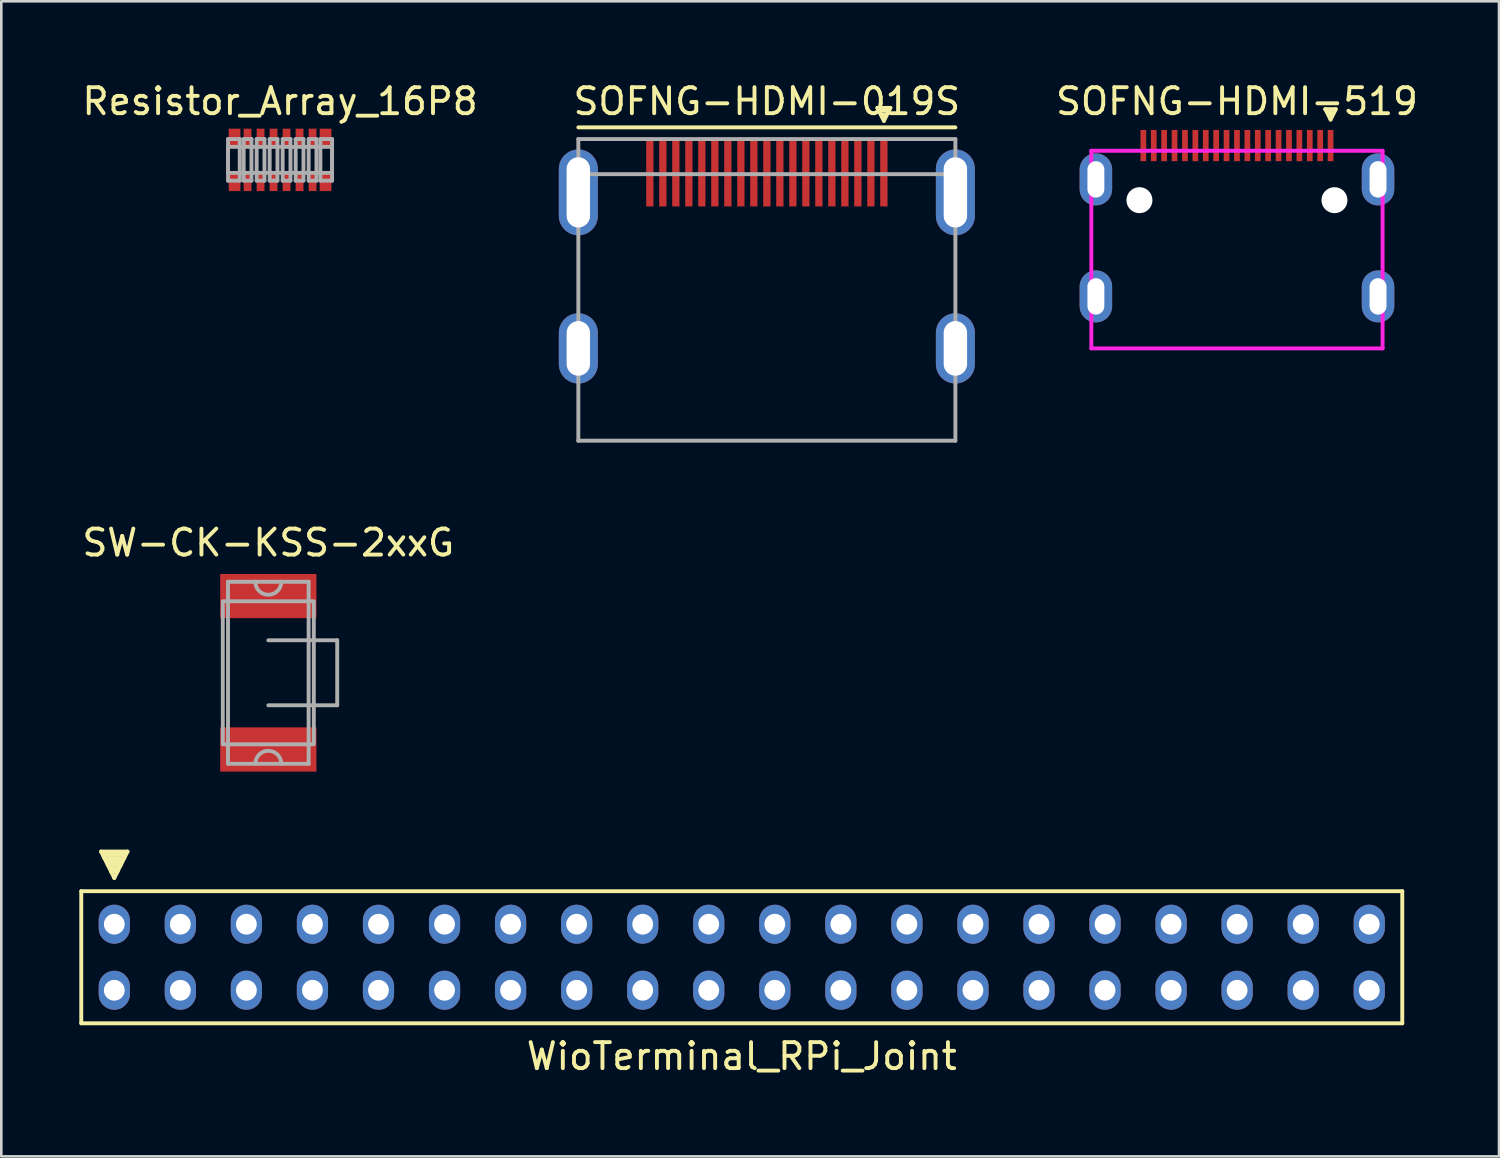
<source format=kicad_pcb>
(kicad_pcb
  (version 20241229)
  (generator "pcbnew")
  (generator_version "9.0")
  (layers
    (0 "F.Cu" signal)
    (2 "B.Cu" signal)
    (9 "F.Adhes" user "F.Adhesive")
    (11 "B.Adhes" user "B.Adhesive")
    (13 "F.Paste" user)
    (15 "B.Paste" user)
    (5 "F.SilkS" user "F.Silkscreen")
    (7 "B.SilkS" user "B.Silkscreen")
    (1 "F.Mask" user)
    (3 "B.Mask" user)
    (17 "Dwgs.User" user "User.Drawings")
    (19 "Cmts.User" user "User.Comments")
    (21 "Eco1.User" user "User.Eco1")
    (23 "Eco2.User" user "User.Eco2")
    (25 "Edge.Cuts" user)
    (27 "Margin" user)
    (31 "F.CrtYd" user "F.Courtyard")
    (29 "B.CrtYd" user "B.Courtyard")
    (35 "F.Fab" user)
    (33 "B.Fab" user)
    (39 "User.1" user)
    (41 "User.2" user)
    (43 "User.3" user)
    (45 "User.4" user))
  (footprint "WioTerminal_RPi_Joint"
    (layer "F.Cu")
    (at 25.475 33.761)
    (property "Reference" "WioTerminal_RPi_Joint" (at 0 3.81 0) (layer "F.SilkS") (effects (font (size 1 1) (thickness 0.15))))
    (attr through_hole)
    (fp_line (start -25.4 -2.54) (end 25.4 -2.54) (stroke (width 0.15) (type solid)) (layer "F.SilkS"))
    (fp_line (start -25.4 2.54) (end -25.4 -2.54) (stroke (width 0.15) (type solid)) (layer "F.SilkS"))
    (fp_line (start -24.638 -4.064) (end -24.13 -3.048) (stroke (width 0.15) (type solid)) (layer "F.SilkS"))
    (fp_line (start -24.511 -3.81) (end -23.749 -3.81) (stroke (width 0.15) (type solid)) (layer "F.SilkS"))
    (fp_line (start -24.384 -3.556) (end -23.876 -3.556) (stroke (width 0.15) (type solid)) (layer "F.SilkS"))
    (fp_line (start -24.257 -3.302) (end -24.003 -3.302) (stroke (width 0.15) (type solid)) (layer "F.SilkS"))
    (fp_line (start -24.13 -3.048) (end -23.622 -4.064) (stroke (width 0.15) (type solid)) (layer "F.SilkS"))
    (fp_line (start -24.003 -3.429) (end -24.257 -3.429) (stroke (width 0.15) (type solid)) (layer "F.SilkS"))
    (fp_line (start -23.876 -3.683) (end -24.384 -3.683) (stroke (width 0.15) (type solid)) (layer "F.SilkS"))
    (fp_line (start -23.749 -3.937) (end -24.511 -3.937) (stroke (width 0.15) (type solid)) (layer "F.SilkS"))
    (fp_line (start -23.622 -4.064) (end -24.638 -4.064) (stroke (width 0.15) (type solid)) (layer "F.SilkS"))
    (fp_line (start 25.4 -2.54) (end 25.4 2.54) (stroke (width 0.15) (type solid)) (layer "F.SilkS"))
    (fp_line (start 25.4 2.54) (end -25.4 2.54) (stroke (width 0.15) (type solid)) (layer "F.SilkS"))
    (pad "1" thru_hole oval (at -24.13 -1.27) (size 1.2 1.5) (drill 0.8) (layers "*.Cu" "*.Mask"))
    (pad "2" thru_hole oval (at -24.13 1.27) (size 1.2 1.5) (drill 0.8) (layers "*.Cu" "*.Mask"))
    (pad "3" thru_hole oval (at -21.59 -1.27) (size 1.2 1.5) (drill 0.8) (layers "*.Cu" "*.Mask"))
    (pad "4" thru_hole oval (at -21.59 1.27) (size 1.2 1.5) (drill 0.8) (layers "*.Cu" "*.Mask"))
    (pad "5" thru_hole oval (at -19.05 -1.27) (size 1.2 1.5) (drill 0.8) (layers "*.Cu" "*.Mask"))
    (pad "6" thru_hole oval (at -19.05 1.27) (size 1.2 1.5) (drill 0.8) (layers "*.Cu" "*.Mask"))
    (pad "7" thru_hole oval (at -16.51 -1.27) (size 1.2 1.5) (drill 0.8) (layers "*.Cu" "*.Mask"))
    (pad "8" thru_hole oval (at -16.51 1.27) (size 1.2 1.5) (drill 0.8) (layers "*.Cu" "*.Mask"))
    (pad "9" thru_hole oval (at -13.97 -1.27) (size 1.2 1.5) (drill 0.8) (layers "*.Cu" "*.Mask"))
    (pad "10" thru_hole oval (at -13.97 1.27) (size 1.2 1.5) (drill 0.8) (layers "*.Cu" "*.Mask"))
    (pad "11" thru_hole oval (at -11.43 -1.27) (size 1.2 1.5) (drill 0.8) (layers "*.Cu" "*.Mask"))
    (pad "12" thru_hole oval (at -11.43 1.27) (size 1.2 1.5) (drill 0.8) (layers "*.Cu" "*.Mask"))
    (pad "13" thru_hole oval (at -8.89 -1.27) (size 1.2 1.5) (drill 0.8) (layers "*.Cu" "*.Mask"))
    (pad "14" thru_hole oval (at -8.89 1.27) (size 1.2 1.5) (drill 0.8) (layers "*.Cu" "*.Mask"))
    (pad "15" thru_hole oval (at -6.35 -1.27) (size 1.2 1.5) (drill 0.8) (layers "*.Cu" "*.Mask"))
    (pad "16" thru_hole oval (at -6.35 1.27) (size 1.2 1.5) (drill 0.8) (layers "*.Cu" "*.Mask"))
    (pad "17" thru_hole oval (at -3.81 -1.27) (size 1.2 1.5) (drill 0.8) (layers "*.Cu" "*.Mask"))
    (pad "18" thru_hole oval (at -3.81 1.27) (size 1.2 1.5) (drill 0.8) (layers "*.Cu" "*.Mask"))
    (pad "19" thru_hole oval (at -1.27 -1.27) (size 1.2 1.5) (drill 0.8) (layers "*.Cu" "*.Mask"))
    (pad "20" thru_hole oval (at -1.27 1.27) (size 1.2 1.5) (drill 0.8) (layers "*.Cu" "*.Mask"))
    (pad "21" thru_hole oval (at 1.27 -1.27) (size 1.2 1.5) (drill 0.8) (layers "*.Cu" "*.Mask"))
    (pad "22" thru_hole oval (at 1.27 1.27) (size 1.2 1.5) (drill 0.8) (layers "*.Cu" "*.Mask"))
    (pad "23" thru_hole oval (at 3.81 -1.27) (size 1.2 1.5) (drill 0.8) (layers "*.Cu" "*.Mask"))
    (pad "24" thru_hole oval (at 3.81 1.27) (size 1.2 1.5) (drill 0.8) (layers "*.Cu" "*.Mask"))
    (pad "25" thru_hole oval (at 6.35 -1.27) (size 1.2 1.5) (drill 0.8) (layers "*.Cu" "*.Mask"))
    (pad "26" thru_hole oval (at 6.35 1.27) (size 1.2 1.5) (drill 0.8) (layers "*.Cu" "*.Mask"))
    (pad "27" thru_hole oval (at 8.89 -1.27) (size 1.2 1.5) (drill 0.8) (layers "*.Cu" "*.Mask"))
    (pad "28" thru_hole oval (at 8.89 1.27) (size 1.2 1.5) (drill 0.8) (layers "*.Cu" "*.Mask"))
    (pad "29" thru_hole oval (at 11.43 -1.27) (size 1.2 1.5) (drill 0.8) (layers "*.Cu" "*.Mask"))
    (pad "30" thru_hole oval (at 11.43 1.27) (size 1.2 1.5) (drill 0.8) (layers "*.Cu" "*.Mask"))
    (pad "31" thru_hole oval (at 13.97 -1.27) (size 1.2 1.5) (drill 0.8) (layers "*.Cu" "*.Mask"))
    (pad "32" thru_hole oval (at 13.97 1.27) (size 1.2 1.5) (drill 0.8) (layers "*.Cu" "*.Mask"))
    (pad "33" thru_hole oval (at 16.51 -1.27) (size 1.2 1.5) (drill 0.8) (layers "*.Cu" "*.Mask"))
    (pad "34" thru_hole oval (at 16.51 1.27) (size 1.2 1.5) (drill 0.8) (layers "*.Cu" "*.Mask"))
    (pad "35" thru_hole oval (at 19.05 -1.27) (size 1.2 1.5) (drill 0.8) (layers "*.Cu" "*.Mask"))
    (pad "36" thru_hole oval (at 19.05 1.27) (size 1.2 1.5) (drill 0.8) (layers "*.Cu" "*.Mask"))
    (pad "37" thru_hole oval (at 21.59 -1.27) (size 1.2 1.5) (drill 0.8) (layers "*.Cu" "*.Mask"))
    (pad "38" thru_hole oval (at 21.59 1.27) (size 1.2 1.5) (drill 0.8) (layers "*.Cu" "*.Mask"))
    (pad "39" thru_hole oval (at 24.13 -1.27) (size 1.2 1.5) (drill 0.8) (layers "*.Cu" "*.Mask"))
    (pad "40" thru_hole oval (at 24.13 1.27) (size 1.2 1.5) (drill 0.8) (layers "*.Cu" "*.Mask")))
  (footprint "SOFNG-HDMI-519"
    (layer "F.Cu")
    (at 44.518 4.648)
    (property "Reference" "SOFNG-HDMI-519" (at 0 -3.8 0) (layer "F.SilkS") (effects (font (size 1 1) (thickness 0.15))))
    (attr through_hole)
    (fp_line (start 3.4 -3.5) (end 3.5 -3.4) (stroke (width 0.15) (type solid)) (layer "F.SilkS"))
    (fp_line (start 3.4 -3.5) (end 3.8 -3.5) (stroke (width 0.15) (type solid)) (layer "F.SilkS"))
    (fp_line (start 3.5 -3.4) (end 3.6 -3.4) (stroke (width 0.15) (type solid)) (layer "F.SilkS"))
    (fp_line (start 3.6 -3.4) (end 3.6 -3.3) (stroke (width 0.15) (type solid)) (layer "F.SilkS"))
    (fp_line (start 3.6 -3.1) (end 3.4 -3.5) (stroke (width 0.15) (type solid)) (layer "F.SilkS"))
    (fp_line (start 3.8 -3.5) (end 3.6 -3.1) (stroke (width 0.15) (type solid)) (layer "F.SilkS"))
    (fp_line (start -5.6 -1.9) (end 5.6 -1.9) (stroke (width 0.15) (type solid)) (layer "F.CrtYd"))
    (fp_line (start -5.6 0) (end -5.6 -1.9) (stroke (width 0.15) (type solid)) (layer "F.CrtYd"))
    (fp_line (start -5.6 0) (end -5.6 5.7) (stroke (width 0.15) (type solid)) (layer "F.CrtYd"))
    (fp_line (start -5.6 5.7) (end 5.6 5.7) (stroke (width 0.15) (type solid)) (layer "F.CrtYd"))
    (fp_line (start 5.6 0) (end 5.6 -1.9) (stroke (width 0.15) (type solid)) (layer "F.CrtYd"))
    (fp_line (start 5.6 0) (end 5.6 5.7) (stroke (width 0.15) (type solid)) (layer "F.CrtYd"))
    (pad "" np_thru_hole circle (at -3.75 0) (size 1 1) (drill 1) (layers "*.Cu" "*.Mask"))
    (pad "" np_thru_hole circle (at 3.75 0) (size 1 1) (drill 1) (layers "*.Cu" "*.Mask"))
    (pad "1" smd rect (at 3.6 -2.1) (size 0.22 1.2) (layers "F.Cu" "F.Mask" "F.Paste"))
    (pad "2" smd rect (at 3.2 -2.1) (size 0.22 1.2) (layers "F.Cu" "F.Mask" "F.Paste"))
    (pad "3" smd rect (at 2.8 -2.1) (size 0.22 1.2) (layers "F.Cu" "F.Mask" "F.Paste"))
    (pad "4" smd rect (at 2.4 -2.1) (size 0.22 1.2) (layers "F.Cu" "F.Mask" "F.Paste"))
    (pad "5" smd rect (at 2 -2.1) (size 0.22 1.2) (layers "F.Cu" "F.Mask" "F.Paste"))
    (pad "6" smd rect (at 1.6 -2.1) (size 0.22 1.2) (layers "F.Cu" "F.Mask" "F.Paste"))
    (pad "7" smd rect (at 1.2 -2.1) (size 0.22 1.2) (layers "F.Cu" "F.Mask" "F.Paste"))
    (pad "8" smd rect (at 0.8 -2.1) (size 0.22 1.2) (layers "F.Cu" "F.Mask" "F.Paste"))
    (pad "9" smd rect (at 0.4 -2.1) (size 0.22 1.2) (layers "F.Cu" "F.Mask" "F.Paste"))
    (pad "10" smd rect (at 0 -2.1) (size 0.22 1.2) (layers "F.Cu" "F.Mask" "F.Paste"))
    (pad "11" smd rect (at -0.4 -2.1) (size 0.22 1.2) (layers "F.Cu" "F.Mask" "F.Paste"))
    (pad "12" smd rect (at -0.8 -2.1) (size 0.22 1.2) (layers "F.Cu" "F.Mask" "F.Paste"))
    (pad "13" smd rect (at -1.2 -2.1) (size 0.22 1.2) (layers "F.Cu" "F.Mask" "F.Paste"))
    (pad "14" smd rect (at -1.6 -2.1) (size 0.22 1.2) (layers "F.Cu" "F.Mask" "F.Paste"))
    (pad "15" smd rect (at -2 -2.1) (size 0.22 1.2) (layers "F.Cu" "F.Mask" "F.Paste"))
    (pad "16" smd rect (at -2.4 -2.1) (size 0.22 1.2) (layers "F.Cu" "F.Mask" "F.Paste"))
    (pad "17" smd rect (at -2.8 -2.1) (size 0.22 1.2) (layers "F.Cu" "F.Mask" "F.Paste"))
    (pad "18" smd rect (at -3.2 -2.1) (size 0.22 1.2) (layers "F.Cu" "F.Mask" "F.Paste"))
    (pad "19" smd rect (at -3.6 -2.1) (size 0.22 1.2) (layers "F.Cu" "F.Mask" "F.Paste"))
    (pad "SH" thru_hole oval (at -5.425 -0.8) (size 1.25 2) (drill oval 0.65 1.4) (layers "*.Cu" "*.Mask"))
    (pad "SH" thru_hole oval (at -5.425 3.7) (size 1.25 2) (drill oval 0.65 1.4) (layers "*.Cu" "*.Mask"))
    (pad "SH" thru_hole oval (at 5.425 -0.8) (size 1.25 2) (drill oval 0.65 1.4) (layers "*.Cu" "*.Mask"))
    (pad "SH" thru_hole oval (at 5.425 3.7) (size 1.25 2) (drill oval 0.65 1.4) (layers "*.Cu" "*.Mask")))
  (footprint "Resistor_Array_16P8"
    (layer "F.Cu")
    (at 7.72 3.098)
    (property "Reference" "Resistor_Array_16P8" (at 0 -2.25 0) (layer "F.SilkS") (effects (font (size 1 1) (thickness 0.15))))
    (attr through_hole)
    (fp_line (start -2 -0.8) (end -1.55 -0.8) (stroke (width 0.15) (type solid)) (layer "F.Fab"))
    (fp_line (start -2 0.8) (end -2 -0.8) (stroke (width 0.15) (type solid)) (layer "F.Fab"))
    (fp_line (start -1.55 0.8) (end -2 0.8) (stroke (width 0.15) (type solid)) (layer "F.Fab"))
    (fp_line (start -1.55 0.8) (end -1.55 -0.8) (stroke (width 0.15) (type solid)) (layer "F.Fab"))
    (fp_line (start -1.4 -0.8) (end -1.1 -0.8) (stroke (width 0.15) (type solid)) (layer "F.Fab"))
    (fp_line (start -1.4 0.8) (end -1.4 -0.8) (stroke (width 0.15) (type solid)) (layer "F.Fab"))
    (fp_line (start -1.1 -0.8) (end -1.1 0.8) (stroke (width 0.15) (type solid)) (layer "F.Fab"))
    (fp_line (start -1.1 0.8) (end -1.4 0.8) (stroke (width 0.15) (type solid)) (layer "F.Fab"))
    (fp_line (start -0.9 -0.8) (end -0.6 -0.8) (stroke (width 0.15) (type solid)) (layer "F.Fab"))
    (fp_line (start -0.9 0.8) (end -0.9 -0.8) (stroke (width 0.15) (type solid)) (layer "F.Fab"))
    (fp_line (start -0.6 -0.8) (end -0.6 0.8) (stroke (width 0.15) (type solid)) (layer "F.Fab"))
    (fp_line (start -0.6 0.8) (end -0.9 0.8) (stroke (width 0.15) (type solid)) (layer "F.Fab"))
    (fp_line (start -0.4 -0.8) (end -0.1 -0.8) (stroke (width 0.15) (type solid)) (layer "F.Fab"))
    (fp_line (start -0.4 0.8) (end -0.4 -0.8) (stroke (width 0.15) (type solid)) (layer "F.Fab"))
    (fp_line (start -0.1 -0.8) (end -0.1 0.8) (stroke (width 0.15) (type solid)) (layer "F.Fab"))
    (fp_line (start -0.1 0.8) (end -0.4 0.8) (stroke (width 0.15) (type solid)) (layer "F.Fab"))
    (fp_line (start 0.1 -0.8) (end 0.4 -0.8) (stroke (width 0.15) (type solid)) (layer "F.Fab"))
    (fp_line (start 0.1 0.8) (end 0.1 -0.8) (stroke (width 0.15) (type solid)) (layer "F.Fab"))
    (fp_line (start 0.4 -0.8) (end 0.4 0.8) (stroke (width 0.15) (type solid)) (layer "F.Fab"))
    (fp_line (start 0.4 0.8) (end 0.1 0.8) (stroke (width 0.15) (type solid)) (layer "F.Fab"))
    (fp_line (start 0.6 -0.8) (end 0.9 -0.8) (stroke (width 0.15) (type solid)) (layer "F.Fab"))
    (fp_line (start 0.6 0.8) (end 0.6 -0.8) (stroke (width 0.15) (type solid)) (layer "F.Fab"))
    (fp_line (start 0.9 -0.8) (end 0.9 0.8) (stroke (width 0.15) (type solid)) (layer "F.Fab"))
    (fp_line (start 0.9 0.8) (end 0.6 0.8) (stroke (width 0.15) (type solid)) (layer "F.Fab"))
    (fp_line (start 1.1 -0.8) (end 1.4 -0.8) (stroke (width 0.15) (type solid)) (layer "F.Fab"))
    (fp_line (start 1.1 0.8) (end 1.1 -0.8) (stroke (width 0.15) (type solid)) (layer "F.Fab"))
    (fp_line (start 1.4 -0.8) (end 1.4 0.8) (stroke (width 0.15) (type solid)) (layer "F.Fab"))
    (fp_line (start 1.4 0.8) (end 1.1 0.8) (stroke (width 0.15) (type solid)) (layer "F.Fab"))
    (fp_line (start 1.55 -0.8) (end 1.55 0.8) (stroke (width 0.15) (type solid)) (layer "F.Fab"))
    (fp_line (start 1.55 -0.8) (end 2 -0.8) (stroke (width 0.15) (type solid)) (layer "F.Fab"))
    (fp_line (start 2 -0.8) (end 2 0.8) (stroke (width 0.15) (type solid)) (layer "F.Fab"))
    (fp_line (start 2 0.8) (end 1.55 0.8) (stroke (width 0.15) (type solid)) (layer "F.Fab"))
    (fp_poly (pts (xy -2 -0.5) (xy 2 -0.5) (xy 2 0.5) (xy -2 0.5)) (stroke (width 0.15) (type solid)) (fill no) (layer "F.Fab"))
    (pad "1" smd rect (at -1.75 0.85) (size 0.45 0.7) (layers "F.Cu" "F.Mask" "F.Paste"))
    (pad "2" smd rect (at -1.25 0.85) (size 0.3 0.7) (layers "F.Cu" "F.Mask" "F.Paste"))
    (pad "3" smd rect (at -0.75 0.85) (size 0.3 0.7) (layers "F.Cu" "F.Mask" "F.Paste"))
    (pad "4" smd rect (at -0.25 0.85) (size 0.3 0.7) (layers "F.Cu" "F.Mask" "F.Paste"))
    (pad "5" smd rect (at 0.25 0.85 180) (size 0.3 0.7) (layers "F.Cu" "F.Mask" "F.Paste"))
    (pad "6" smd rect (at 0.75 0.85 180) (size 0.3 0.7) (layers "F.Cu" "F.Mask" "F.Paste"))
    (pad "7" smd rect (at 1.25 0.85 180) (size 0.3 0.7) (layers "F.Cu" "F.Mask" "F.Paste"))
    (pad "8" smd rect (at 1.75 0.85 180) (size 0.45 0.7) (layers "F.Cu" "F.Mask" "F.Paste"))
    (pad "9" smd rect (at 1.75 -0.85 180) (size 0.45 0.7) (layers "F.Cu" "F.Mask" "F.Paste"))
    (pad "10" smd rect (at 1.25 -0.85 180) (size 0.3 0.7) (layers "F.Cu" "F.Mask" "F.Paste"))
    (pad "11" smd rect (at 0.75 -0.85 180) (size 0.3 0.7) (layers "F.Cu" "F.Mask" "F.Paste"))
    (pad "12" smd rect (at 0.25 -0.85 180) (size 0.3 0.7) (layers "F.Cu" "F.Mask" "F.Paste"))
    (pad "13" smd rect (at -0.25 -0.85) (size 0.3 0.7) (layers "F.Cu" "F.Mask" "F.Paste"))
    (pad "14" smd rect (at -0.75 -0.85) (size 0.3 0.7) (layers "F.Cu" "F.Mask" "F.Paste"))
    (pad "15" smd rect (at -1.25 -0.85) (size 0.3 0.7) (layers "F.Cu" "F.Mask" "F.Paste"))
    (pad "16" smd rect (at -1.75 -0.85) (size 0.45 0.7) (layers "F.Cu" "F.Mask" "F.Paste")))
  (footprint "SOFNG-HDMI-019S"
    (layer "F.Cu")
    (at 26.44 4.348)
    (property "Reference" "SOFNG-HDMI-019S" (at 0 -3.5 0) (layer "F.SilkS") (effects (font (size 1 1) (thickness 0.15))))
    (attr through_hole)
    (fp_line (start -7.25 -2.5) (end 7.25 -2.5) (stroke (width 0.15) (type solid)) (layer "F.SilkS"))
    (fp_line (start 4.25 -3.25) (end 4.5 -2.75) (stroke (width 0.15) (type solid)) (layer "F.SilkS"))
    (fp_line (start 4.3 -3.15) (end 4.7 -3.15) (stroke (width 0.15) (type solid)) (layer "F.SilkS"))
    (fp_line (start 4.4 -3) (end 4.6 -3) (stroke (width 0.15) (type solid)) (layer "F.SilkS"))
    (fp_line (start 4.5 -2.75) (end 4.75 -3.25) (stroke (width 0.15) (type solid)) (layer "F.SilkS"))
    (fp_line (start 4.75 -3.25) (end 4.25 -3.25) (stroke (width 0.15) (type solid)) (layer "F.SilkS"))
    (fp_line (start -7.25 -2.05) (end -7.25 9.55) (stroke (width 0.15) (type solid)) (layer "F.Fab"))
    (fp_line (start -7.25 -2.05) (end 7.25 -2.05) (stroke (width 0.15) (type solid)) (layer "F.Fab"))
    (fp_line (start -7.25 -0.7) (end 7.25 -0.7) (stroke (width 0.15) (type solid)) (layer "F.Fab"))
    (fp_line (start -7.25 9.55) (end 7.25 9.55) (stroke (width 0.15) (type solid)) (layer "F.Fab"))
    (fp_line (start 7.25 -2.05) (end 7.25 9.55) (stroke (width 0.15) (type solid)) (layer "F.Fab"))
    (pad "1" smd rect (at 4.5 -0.76) (size 0.28 2.6) (layers "F.Cu" "F.Mask" "F.Paste"))
    (pad "2" smd rect (at 4 -0.76) (size 0.28 2.6) (layers "F.Cu" "F.Mask" "F.Paste"))
    (pad "3" smd rect (at 3.5 -0.76) (size 0.28 2.6) (layers "F.Cu" "F.Mask" "F.Paste"))
    (pad "4" smd rect (at 3 -0.76) (size 0.28 2.6) (layers "F.Cu" "F.Mask" "F.Paste"))
    (pad "5" smd rect (at 2.5 -0.76) (size 0.28 2.6) (layers "F.Cu" "F.Mask" "F.Paste"))
    (pad "6" smd rect (at 2 -0.76) (size 0.28 2.6) (layers "F.Cu" "F.Mask" "F.Paste"))
    (pad "7" smd rect (at 1.5 -0.76) (size 0.28 2.6) (layers "F.Cu" "F.Mask" "F.Paste"))
    (pad "8" smd rect (at 1 -0.76) (size 0.28 2.6) (layers "F.Cu" "F.Mask" "F.Paste"))
    (pad "9" smd rect (at 0.5 -0.76) (size 0.28 2.6) (layers "F.Cu" "F.Mask" "F.Paste"))
    (pad "10" smd rect (at 0 -0.76) (size 0.28 2.6) (layers "F.Cu" "F.Mask" "F.Paste"))
    (pad "11" smd rect (at -0.5 -0.76) (size 0.28 2.6) (layers "F.Cu" "F.Mask" "F.Paste"))
    (pad "12" smd rect (at -1 -0.76) (size 0.28 2.6) (layers "F.Cu" "F.Mask" "F.Paste"))
    (pad "13" smd rect (at -1.5 -0.76) (size 0.28 2.6) (layers "F.Cu" "F.Mask" "F.Paste"))
    (pad "14" smd rect (at -2 -0.76) (size 0.28 2.6) (layers "F.Cu" "F.Mask" "F.Paste"))
    (pad "15" smd rect (at -2.5 -0.76) (size 0.28 2.6) (layers "F.Cu" "F.Mask" "F.Paste"))
    (pad "16" smd rect (at -3 -0.76) (size 0.28 2.6) (layers "F.Cu" "F.Mask" "F.Paste"))
    (pad "17" smd rect (at -3.5 -0.76) (size 0.28 2.6) (layers "F.Cu" "F.Mask" "F.Paste"))
    (pad "18" smd rect (at -4 -0.76) (size 0.28 2.6) (layers "F.Cu" "F.Mask" "F.Paste"))
    (pad "19" smd rect (at -4.5 -0.76) (size 0.28 2.6) (layers "F.Cu" "F.Mask" "F.Paste"))
    (pad "SH" thru_hole oval (at -7.25 0) (size 1.5 3.3) (drill oval 0.9 2.7) (layers "*.Cu" "*.Mask"))
    (pad "SH" thru_hole oval (at -7.25 6) (size 1.5 2.7) (drill oval 0.9 2.1) (layers "*.Cu" "*.Mask"))
    (pad "SH" thru_hole oval (at 7.25 0) (size 1.5 3.3) (drill oval 0.9 2.7) (layers "*.Cu" "*.Mask"))
    (pad "SH" thru_hole oval (at 7.25 6) (size 1.5 2.7) (drill oval 0.9 2.1) (layers "*.Cu" "*.Mask")))
  (footprint "SW-CK-KSS-2xxG"
    (layer "F.Cu")
    (at 7.268 22.822)
    (property "Reference" "SW-CK-KSS-2xxG" (at 0 -5 0) (layer "F.SilkS") (effects (font (size 1 1) (thickness 0.15))))
    (attr through_hole)
    (fp_line (start -1.55 -3.5) (end -1.55 3.5) (stroke (width 0.15) (type solid)) (layer "F.Fab"))
    (fp_line (start -1.55 -3.5) (end 1.55 -3.5) (stroke (width 0.15) (type solid)) (layer "F.Fab"))
    (fp_line (start -1.55 3.5) (end 1.55 3.5) (stroke (width 0.15) (type solid)) (layer "F.Fab"))
    (fp_line (start 1.55 -3.5) (end 1.55 3.5) (stroke (width 0.15) (type solid)) (layer "F.Fab"))
    (fp_line (start 2.65 -1.25) (end 0 -1.25) (stroke (width 0.15) (type solid)) (layer "F.Fab"))
    (fp_line (start 2.65 1.25) (end 0 1.25) (stroke (width 0.15) (type solid)) (layer "F.Fab"))
    (fp_line (start 2.65 1.25) (end 2.65 -1.25) (stroke (width 0.15) (type solid)) (layer "F.Fab"))
    (fp_arc (start -0.5 3.5) (mid 0 3) (end 0.5 3.5) (stroke (width 0.15) (type solid)) (layer "F.Fab"))
    (fp_arc (start 0.5 -3.5) (mid 0 -3) (end -0.5 -3.5) (stroke (width 0.15) (type solid)) (layer "F.Fab"))
    (fp_poly (pts (xy -1.75 2.75) (xy 1.75 2.75) (xy 1.75 -2.75) (xy -1.75 -2.75)) (stroke (width 0.15) (type solid)) (fill no) (layer "F.Fab"))
    (pad "1" smd rect (at 0 -2.95) (size 3.7 1.7) (layers "F.Cu" "F.Mask" "F.Paste"))
    (pad "2" smd rect (at 0 2.95) (size 3.7 1.7) (layers "F.Cu" "F.Mask" "F.Paste")))
  (gr_rect
    (start -3 -3)
    (end 54.595 41.419)
    (stroke (width 0.1) (type default))
    (fill no)
    (layer "Edge.Cuts")))
</source>
